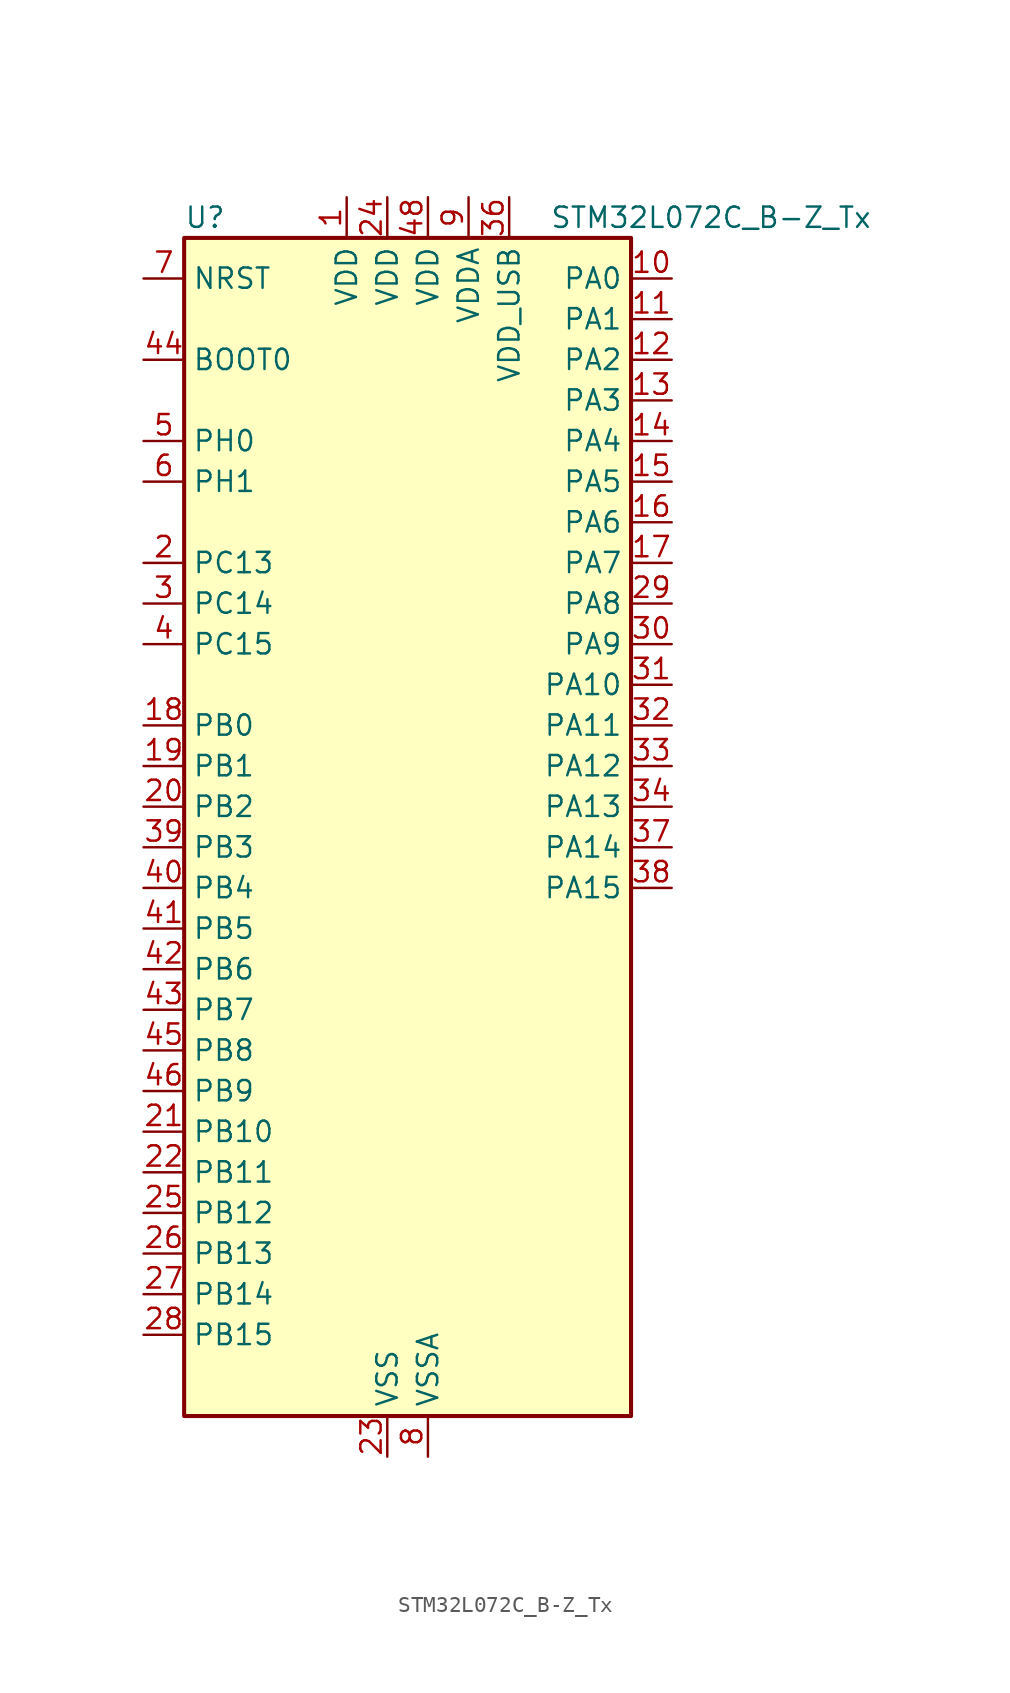
<source format=kicad_sym>
(kicad_symbol_lib
  (version 20231120)
  (generator "kicad_symbol_editor")
  (generator_version "8.0")
  (symbol "STM32L072C_B-Z_Tx"
    (property "Reference" "U"
      (at -12.7 39.37 0)
      (effects (font (size 1.27 1.27)) (justify left)))
    (property "Value" "STM32L072C_B-Z_Tx"
      (at 10.16 39.37 0)
      (effects (font (size 1.27 1.27)) (justify left)))
    (property "ki_locked" ""
      (at 0 0 0)
      (effects (font (size 1.27 1.27))))
    (symbol "STM32L072C_B-Z_Tx_0_1"
      (rectangle (start -12.7 -35.56) (end 15.24 38.1) (stroke (width 0.254) (type default)) (fill (type background))))
    (symbol "STM32L072C_B-Z_Tx_1_1"
      (pin power_in line (at -2.54 40.64 270) (length 2.54) (name "VDD" (effects (font (size 1.27 1.27)))) (number "1" (effects (font (size 1.27 1.27)))))
      (pin bidirectional line (at 17.78 35.56 180) (length 2.54) (name "PA0" (effects (font (size 1.27 1.27)))) (number "10" (effects (font (size 1.27 1.27)))) (alternate "ADC_IN0" bidirectional line) (alternate "COMP1_INM" bidirectional line) (alternate "COMP1_OUT" bidirectional line) (alternate "RTC_TAMP2" bidirectional line) (alternate "SYS_WKUP1" bidirectional line) (alternate "TIM2_CH1" bidirectional line) (alternate "TIM2_ETR" bidirectional line) (alternate "TSC_G1_IO1" bidirectional line) (alternate "USART2_CTS" bidirectional line) (alternate "USART4_TX" bidirectional line))
      (pin bidirectional line (at 17.78 33.02 180) (length 2.54) (name "PA1" (effects (font (size 1.27 1.27)))) (number "11" (effects (font (size 1.27 1.27)))) (alternate "ADC_IN1" bidirectional line) (alternate "COMP1_INP" bidirectional line) (alternate "TIM21_ETR" bidirectional line) (alternate "TIM2_CH2" bidirectional line) (alternate "TSC_G1_IO2" bidirectional line) (alternate "USART2_DE" bidirectional line) (alternate "USART2_RTS" bidirectional line) (alternate "USART4_RX" bidirectional line))
      (pin bidirectional line (at 17.78 30.48 180) (length 2.54) (name "PA2" (effects (font (size 1.27 1.27)))) (number "12" (effects (font (size 1.27 1.27)))) (alternate "ADC_IN2" bidirectional line) (alternate "COMP2_INM" bidirectional line) (alternate "COMP2_OUT" bidirectional line) (alternate "LPUART1_TX" bidirectional line) (alternate "TIM21_CH1" bidirectional line) (alternate "TIM2_CH3" bidirectional line) (alternate "TSC_G1_IO3" bidirectional line) (alternate "USART2_TX" bidirectional line))
      (pin bidirectional line (at 17.78 27.94 180) (length 2.54) (name "PA3" (effects (font (size 1.27 1.27)))) (number "13" (effects (font (size 1.27 1.27)))) (alternate "ADC_IN3" bidirectional line) (alternate "COMP2_INP" bidirectional line) (alternate "LPUART1_RX" bidirectional line) (alternate "TIM21_CH2" bidirectional line) (alternate "TIM2_CH4" bidirectional line) (alternate "TSC_G1_IO4" bidirectional line) (alternate "USART2_RX" bidirectional line))
      (pin bidirectional line (at 17.78 25.4 180) (length 2.54) (name "PA4" (effects (font (size 1.27 1.27)))) (number "14" (effects (font (size 1.27 1.27)))) (alternate "ADC_IN4" bidirectional line) (alternate "COMP1_INM" bidirectional line) (alternate "COMP2_INM" bidirectional line) (alternate "DAC_OUT1" bidirectional line) (alternate "SPI1_NSS" bidirectional line) (alternate "TIM22_ETR" bidirectional line) (alternate "TSC_G2_IO1" bidirectional line) (alternate "USART2_CK" bidirectional line))
      (pin bidirectional line (at 17.78 22.86 180) (length 2.54) (name "PA5" (effects (font (size 1.27 1.27)))) (number "15" (effects (font (size 1.27 1.27)))) (alternate "ADC_IN5" bidirectional line) (alternate "COMP1_INM" bidirectional line) (alternate "COMP2_INM" bidirectional line) (alternate "DAC_OUT2" bidirectional line) (alternate "SPI1_SCK" bidirectional line) (alternate "TIM2_CH1" bidirectional line) (alternate "TIM2_ETR" bidirectional line) (alternate "TSC_G2_IO2" bidirectional line))
      (pin bidirectional line (at 17.78 20.32 180) (length 2.54) (name "PA6" (effects (font (size 1.27 1.27)))) (number "16" (effects (font (size 1.27 1.27)))) (alternate "ADC_IN6" bidirectional line) (alternate "COMP1_OUT" bidirectional line) (alternate "LPUART1_CTS" bidirectional line) (alternate "SPI1_MISO" bidirectional line) (alternate "TIM22_CH1" bidirectional line) (alternate "TIM3_CH1" bidirectional line) (alternate "TSC_G2_IO3" bidirectional line))
      (pin bidirectional line (at 17.78 17.78 180) (length 2.54) (name "PA7" (effects (font (size 1.27 1.27)))) (number "17" (effects (font (size 1.27 1.27)))) (alternate "ADC_IN7" bidirectional line) (alternate "COMP2_OUT" bidirectional line) (alternate "SPI1_MOSI" bidirectional line) (alternate "TIM22_CH2" bidirectional line) (alternate "TIM3_CH2" bidirectional line) (alternate "TSC_G2_IO4" bidirectional line))
      (pin bidirectional line (at -15.24 7.62 0) (length 2.54) (name "PB0" (effects (font (size 1.27 1.27)))) (number "18" (effects (font (size 1.27 1.27)))) (alternate "ADC_IN8" bidirectional line) (alternate "SYS_VREF_OUT_PB0" bidirectional line) (alternate "TIM3_CH3" bidirectional line) (alternate "TSC_G3_IO2" bidirectional line))
      (pin bidirectional line (at -15.24 5.08 0) (length 2.54) (name "PB1" (effects (font (size 1.27 1.27)))) (number "19" (effects (font (size 1.27 1.27)))) (alternate "ADC_IN9" bidirectional line) (alternate "LPUART1_DE" bidirectional line) (alternate "LPUART1_RTS" bidirectional line) (alternate "SYS_VREF_OUT_PB1" bidirectional line) (alternate "TIM3_CH4" bidirectional line) (alternate "TSC_G3_IO3" bidirectional line))
      (pin bidirectional line (at -15.24 17.78 0) (length 2.54) (name "PC13" (effects (font (size 1.27 1.27)))) (number "2" (effects (font (size 1.27 1.27)))) (alternate "RTC_OUT_ALARM" bidirectional line) (alternate "RTC_OUT_CALIB" bidirectional line) (alternate "RTC_TAMP1" bidirectional line) (alternate "RTC_TS" bidirectional line) (alternate "SYS_WKUP2" bidirectional line))
      (pin bidirectional line (at -15.24 2.54 0) (length 2.54) (name "PB2" (effects (font (size 1.27 1.27)))) (number "20" (effects (font (size 1.27 1.27)))) (alternate "I2C3_SMBA" bidirectional line) (alternate "LPTIM1_OUT" bidirectional line) (alternate "TSC_G3_IO4" bidirectional line))
      (pin bidirectional line (at -15.24 -17.78 0) (length 2.54) (name "PB10" (effects (font (size 1.27 1.27)))) (number "21" (effects (font (size 1.27 1.27)))) (alternate "I2C2_SCL" bidirectional line) (alternate "LPUART1_RX" bidirectional line) (alternate "LPUART1_TX" bidirectional line) (alternate "SPI2_SCK" bidirectional line) (alternate "TIM2_CH3" bidirectional line) (alternate "TSC_SYNC" bidirectional line))
      (pin bidirectional line (at -15.24 -20.32 0) (length 2.54) (name "PB11" (effects (font (size 1.27 1.27)))) (number "22" (effects (font (size 1.27 1.27)))) (alternate "ADC_EXTI11" bidirectional line) (alternate "I2C2_SDA" bidirectional line) (alternate "LPUART1_RX" bidirectional line) (alternate "LPUART1_TX" bidirectional line) (alternate "TIM2_CH4" bidirectional line) (alternate "TSC_G6_IO1" bidirectional line))
      (pin power_in line (at 0 -38.1 90) (length 2.54) (name "VSS" (effects (font (size 1.27 1.27)))) (number "23" (effects (font (size 1.27 1.27)))))
      (pin power_in line (at 0 40.64 270) (length 2.54) (name "VDD" (effects (font (size 1.27 1.27)))) (number "24" (effects (font (size 1.27 1.27)))))
      (pin bidirectional line (at -15.24 -22.86 0) (length 2.54) (name "PB12" (effects (font (size 1.27 1.27)))) (number "25" (effects (font (size 1.27 1.27)))) (alternate "I2S2_WS" bidirectional line) (alternate "LPUART1_DE" bidirectional line) (alternate "LPUART1_RTS" bidirectional line) (alternate "SPI2_NSS" bidirectional line) (alternate "TSC_G6_IO2" bidirectional line))
      (pin bidirectional line (at -15.24 -25.4 0) (length 2.54) (name "PB13" (effects (font (size 1.27 1.27)))) (number "26" (effects (font (size 1.27 1.27)))) (alternate "I2C2_SCL" bidirectional line) (alternate "I2S2_CK" bidirectional line) (alternate "LPUART1_CTS" bidirectional line) (alternate "RCC_MCO" bidirectional line) (alternate "SPI2_SCK" bidirectional line) (alternate "TIM21_CH1" bidirectional line) (alternate "TSC_G6_IO3" bidirectional line))
      (pin bidirectional line (at -15.24 -27.94 0) (length 2.54) (name "PB14" (effects (font (size 1.27 1.27)))) (number "27" (effects (font (size 1.27 1.27)))) (alternate "I2C2_SDA" bidirectional line) (alternate "I2S2_MCK" bidirectional line) (alternate "LPUART1_DE" bidirectional line) (alternate "LPUART1_RTS" bidirectional line) (alternate "RTC_OUT_ALARM" bidirectional line) (alternate "RTC_OUT_CALIB" bidirectional line) (alternate "SPI2_MISO" bidirectional line) (alternate "TIM21_CH2" bidirectional line) (alternate "TSC_G6_IO4" bidirectional line))
      (pin bidirectional line (at -15.24 -30.48 0) (length 2.54) (name "PB15" (effects (font (size 1.27 1.27)))) (number "28" (effects (font (size 1.27 1.27)))) (alternate "I2S2_SD" bidirectional line) (alternate "RTC_REFIN" bidirectional line) (alternate "SPI2_MOSI" bidirectional line))
      (pin bidirectional line (at 17.78 15.24 180) (length 2.54) (name "PA8" (effects (font (size 1.27 1.27)))) (number "29" (effects (font (size 1.27 1.27)))) (alternate "CRS_SYNC" bidirectional line) (alternate "I2C3_SCL" bidirectional line) (alternate "RCC_MCO" bidirectional line) (alternate "USART1_CK" bidirectional line))
      (pin bidirectional line (at -15.24 15.24 0) (length 2.54) (name "PC14" (effects (font (size 1.27 1.27)))) (number "3" (effects (font (size 1.27 1.27)))) (alternate "RCC_OSC32_IN" bidirectional line))
      (pin bidirectional line (at 17.78 12.7 180) (length 2.54) (name "PA9" (effects (font (size 1.27 1.27)))) (number "30" (effects (font (size 1.27 1.27)))) (alternate "DAC_EXTI9" bidirectional line) (alternate "I2C1_SCL" bidirectional line) (alternate "I2C3_SMBA" bidirectional line) (alternate "RCC_MCO" bidirectional line) (alternate "TSC_G4_IO1" bidirectional line) (alternate "USART1_TX" bidirectional line))
      (pin bidirectional line (at 17.78 10.16 180) (length 2.54) (name "PA10" (effects (font (size 1.27 1.27)))) (number "31" (effects (font (size 1.27 1.27)))) (alternate "I2C1_SDA" bidirectional line) (alternate "TSC_G4_IO2" bidirectional line) (alternate "USART1_RX" bidirectional line))
      (pin bidirectional line (at 17.78 7.62 180) (length 2.54) (name "PA11" (effects (font (size 1.27 1.27)))) (number "32" (effects (font (size 1.27 1.27)))) (alternate "ADC_EXTI11" bidirectional line) (alternate "COMP1_OUT" bidirectional line) (alternate "SPI1_MISO" bidirectional line) (alternate "TSC_G4_IO3" bidirectional line) (alternate "USART1_CTS" bidirectional line) (alternate "USB_DM" bidirectional line))
      (pin bidirectional line (at 17.78 5.08 180) (length 2.54) (name "PA12" (effects (font (size 1.27 1.27)))) (number "33" (effects (font (size 1.27 1.27)))) (alternate "COMP2_OUT" bidirectional line) (alternate "SPI1_MOSI" bidirectional line) (alternate "TSC_G4_IO4" bidirectional line) (alternate "USART1_DE" bidirectional line) (alternate "USART1_RTS" bidirectional line) (alternate "USB_DP" bidirectional line))
      (pin bidirectional line (at 17.78 2.54 180) (length 2.54) (name "PA13" (effects (font (size 1.27 1.27)))) (number "34" (effects (font (size 1.27 1.27)))) (alternate "LPUART1_RX" bidirectional line) (alternate "SYS_SWDIO" bidirectional line) (alternate "USB_NOE" bidirectional line))
      (pin passive line (at 0 -38.1 90) (length 2.54) hide (name "VSS" (effects (font (size 1.27 1.27)))) (number "35" (effects (font (size 1.27 1.27)))))
      (pin power_in line (at 7.62 40.64 270) (length 2.54) (name "VDD_USB" (effects (font (size 1.27 1.27)))) (number "36" (effects (font (size 1.27 1.27)))))
      (pin bidirectional line (at 17.78 0 180) (length 2.54) (name "PA14" (effects (font (size 1.27 1.27)))) (number "37" (effects (font (size 1.27 1.27)))) (alternate "LPUART1_TX" bidirectional line) (alternate "SYS_SWCLK" bidirectional line) (alternate "USART2_TX" bidirectional line))
      (pin bidirectional line (at 17.78 -2.54 180) (length 2.54) (name "PA15" (effects (font (size 1.27 1.27)))) (number "38" (effects (font (size 1.27 1.27)))) (alternate "SPI1_NSS" bidirectional line) (alternate "TIM2_CH1" bidirectional line) (alternate "TIM2_ETR" bidirectional line) (alternate "USART2_RX" bidirectional line) (alternate "USART4_DE" bidirectional line) (alternate "USART4_RTS" bidirectional line))
      (pin bidirectional line (at -15.24 0 0) (length 2.54) (name "PB3" (effects (font (size 1.27 1.27)))) (number "39" (effects (font (size 1.27 1.27)))) (alternate "COMP2_INM" bidirectional line) (alternate "SPI1_SCK" bidirectional line) (alternate "TIM2_CH2" bidirectional line) (alternate "TSC_G5_IO1" bidirectional line) (alternate "USART1_DE" bidirectional line) (alternate "USART1_RTS" bidirectional line) (alternate "USART5_TX" bidirectional line))
      (pin bidirectional line (at -15.24 12.7 0) (length 2.54) (name "PC15" (effects (font (size 1.27 1.27)))) (number "4" (effects (font (size 1.27 1.27)))) (alternate "RCC_OSC32_OUT" bidirectional line))
      (pin bidirectional line (at -15.24 -2.54 0) (length 2.54) (name "PB4" (effects (font (size 1.27 1.27)))) (number "40" (effects (font (size 1.27 1.27)))) (alternate "COMP2_INP" bidirectional line) (alternate "I2C3_SDA" bidirectional line) (alternate "SPI1_MISO" bidirectional line) (alternate "TIM22_CH1" bidirectional line) (alternate "TIM3_CH1" bidirectional line) (alternate "TSC_G5_IO2" bidirectional line) (alternate "USART1_CTS" bidirectional line) (alternate "USART5_RX" bidirectional line))
      (pin bidirectional line (at -15.24 -5.08 0) (length 2.54) (name "PB5" (effects (font (size 1.27 1.27)))) (number "41" (effects (font (size 1.27 1.27)))) (alternate "COMP2_INP" bidirectional line) (alternate "I2C1_SMBA" bidirectional line) (alternate "LPTIM1_IN1" bidirectional line) (alternate "SPI1_MOSI" bidirectional line) (alternate "TIM22_CH2" bidirectional line) (alternate "TIM3_CH2" bidirectional line) (alternate "USART1_CK" bidirectional line) (alternate "USART5_CK" bidirectional line) (alternate "USART5_DE" bidirectional line) (alternate "USART5_RTS" bidirectional line))
      (pin bidirectional line (at -15.24 -7.62 0) (length 2.54) (name "PB6" (effects (font (size 1.27 1.27)))) (number "42" (effects (font (size 1.27 1.27)))) (alternate "COMP2_INP" bidirectional line) (alternate "I2C1_SCL" bidirectional line) (alternate "LPTIM1_ETR" bidirectional line) (alternate "TSC_G5_IO3" bidirectional line) (alternate "USART1_TX" bidirectional line))
      (pin bidirectional line (at -15.24 -10.16 0) (length 2.54) (name "PB7" (effects (font (size 1.27 1.27)))) (number "43" (effects (font (size 1.27 1.27)))) (alternate "COMP2_INP" bidirectional line) (alternate "I2C1_SDA" bidirectional line) (alternate "LPTIM1_IN2" bidirectional line) (alternate "SYS_PVD_IN" bidirectional line) (alternate "TSC_G5_IO4" bidirectional line) (alternate "USART1_RX" bidirectional line) (alternate "USART4_CTS" bidirectional line))
      (pin input line (at -15.24 30.48 0) (length 2.54) (name "BOOT0" (effects (font (size 1.27 1.27)))) (number "44" (effects (font (size 1.27 1.27)))))
      (pin bidirectional line (at -15.24 -12.7 0) (length 2.54) (name "PB8" (effects (font (size 1.27 1.27)))) (number "45" (effects (font (size 1.27 1.27)))) (alternate "I2C1_SCL" bidirectional line) (alternate "TSC_SYNC" bidirectional line))
      (pin bidirectional line (at -15.24 -15.24 0) (length 2.54) (name "PB9" (effects (font (size 1.27 1.27)))) (number "46" (effects (font (size 1.27 1.27)))) (alternate "DAC_EXTI9" bidirectional line) (alternate "I2C1_SDA" bidirectional line) (alternate "I2S2_WS" bidirectional line) (alternate "SPI2_NSS" bidirectional line))
      (pin passive line (at 0 -38.1 90) (length 2.54) hide (name "VSS" (effects (font (size 1.27 1.27)))) (number "47" (effects (font (size 1.27 1.27)))))
      (pin power_in line (at 2.54 40.64 270) (length 2.54) (name "VDD" (effects (font (size 1.27 1.27)))) (number "48" (effects (font (size 1.27 1.27)))))
      (pin bidirectional line (at -15.24 25.4 0) (length 2.54) (name "PH0" (effects (font (size 1.27 1.27)))) (number "5" (effects (font (size 1.27 1.27)))) (alternate "CRS_SYNC" bidirectional line) (alternate "RCC_OSC_IN" bidirectional line))
      (pin bidirectional line (at -15.24 22.86 0) (length 2.54) (name "PH1" (effects (font (size 1.27 1.27)))) (number "6" (effects (font (size 1.27 1.27)))) (alternate "RCC_OSC_OUT" bidirectional line))
      (pin input line (at -15.24 35.56 0) (length 2.54) (name "NRST" (effects (font (size 1.27 1.27)))) (number "7" (effects (font (size 1.27 1.27)))))
      (pin power_in line (at 2.54 -38.1 90) (length 2.54) (name "VSSA" (effects (font (size 1.27 1.27)))) (number "8" (effects (font (size 1.27 1.27)))))
      (pin power_in line (at 5.08 40.64 270) (length 2.54) (name "VDDA" (effects (font (size 1.27 1.27)))) (number "9" (effects (font (size 1.27 1.27))))))))
</source>
